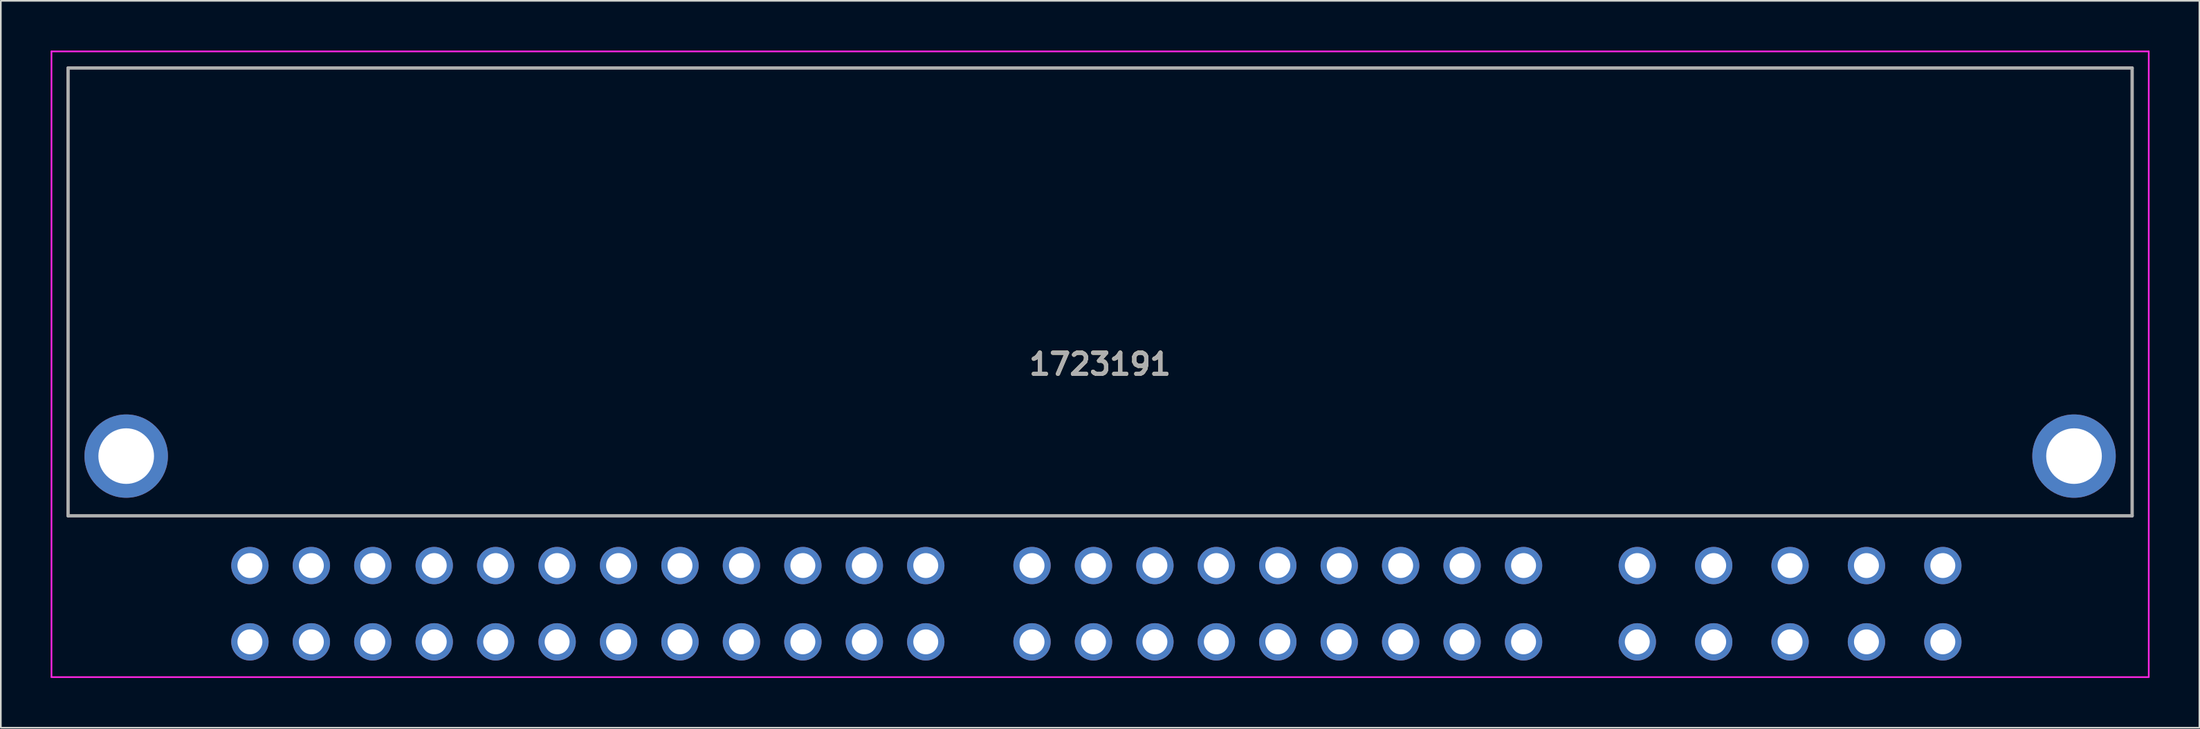
<source format=kicad_pcb>
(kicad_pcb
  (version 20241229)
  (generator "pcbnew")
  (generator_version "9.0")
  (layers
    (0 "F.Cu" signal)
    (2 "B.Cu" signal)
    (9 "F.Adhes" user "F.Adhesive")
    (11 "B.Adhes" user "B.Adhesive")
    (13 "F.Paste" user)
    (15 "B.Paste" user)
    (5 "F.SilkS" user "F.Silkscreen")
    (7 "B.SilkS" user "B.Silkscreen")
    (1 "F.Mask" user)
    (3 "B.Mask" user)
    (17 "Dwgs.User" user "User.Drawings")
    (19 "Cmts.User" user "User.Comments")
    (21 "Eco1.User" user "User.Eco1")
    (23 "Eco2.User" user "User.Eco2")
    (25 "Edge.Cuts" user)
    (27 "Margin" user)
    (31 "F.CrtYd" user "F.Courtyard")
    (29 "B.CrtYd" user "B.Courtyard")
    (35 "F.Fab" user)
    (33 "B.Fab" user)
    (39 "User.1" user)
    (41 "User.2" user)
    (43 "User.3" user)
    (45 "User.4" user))
  (footprint "1723191"
    (layer "F.Cu")
    (at 12 35.65)
    (property "Reference" "1723191" (at 51.2 -16.737 0) (layer "F.SilkS") (effects (font (size 1.27 1.27) (thickness 0.254))))
    (attr through_hole)
    (fp_line (start -10.95 -34.6) (end 113.35 -34.6) (stroke (width 0.1) (type solid)) (layer "F.SilkS"))
    (fp_line (start -10.95 -7.6) (end -10.95 -34.6) (stroke (width 0.1) (type solid)) (layer "F.SilkS"))
    (fp_line (start 113.35 -34.6) (end 113.35 -7.6) (stroke (width 0.1) (type solid)) (layer "F.SilkS"))
    (fp_line (start 113.35 -7.6) (end -10.95 -7.6) (stroke (width 0.1) (type solid)) (layer "F.SilkS"))
    (fp_line (start -11.95 -35.6) (end 114.35 -35.6) (stroke (width 0.1) (type solid)) (layer "F.CrtYd"))
    (fp_line (start -11.95 2.125) (end -11.95 -35.6) (stroke (width 0.1) (type solid)) (layer "F.CrtYd"))
    (fp_line (start 114.35 -35.6) (end 114.35 2.125) (stroke (width 0.1) (type solid)) (layer "F.CrtYd"))
    (fp_line (start 114.35 2.125) (end -11.95 2.125) (stroke (width 0.1) (type solid)) (layer "F.CrtYd"))
    (fp_line (start -10.95 -34.6) (end 113.35 -34.6) (stroke (width 0.2) (type solid)) (layer "F.Fab"))
    (fp_line (start -10.95 -7.6) (end -10.95 -34.6) (stroke (width 0.2) (type solid)) (layer "F.Fab"))
    (fp_line (start 113.35 -34.6) (end 113.35 -7.6) (stroke (width 0.2) (type solid)) (layer "F.Fab"))
    (fp_line (start 113.35 -7.6) (end -10.95 -7.6) (stroke (width 0.2) (type solid)) (layer "F.Fab"))
    (fp_text user "${REFERENCE}" (at 51.2 -16.737 0) (layer "F.Fab") (effects (font (size 1.27 1.27) (thickness 0.254))))
    (pad "1" thru_hole circle (at 0 0) (size 2.25 2.25) (drill 1.5) (layers "*.Cu" "*.Mask"))
    (pad "2" thru_hole circle (at 0 -4.6) (size 2.25 2.25) (drill 1.5) (layers "*.Cu" "*.Mask"))
    (pad "3" thru_hole circle (at 3.7 0) (size 2.25 2.25) (drill 1.5) (layers "*.Cu" "*.Mask"))
    (pad "4" thru_hole circle (at 3.7 -4.6) (size 2.25 2.25) (drill 1.5) (layers "*.Cu" "*.Mask"))
    (pad "5" thru_hole circle (at 7.4 0) (size 2.25 2.25) (drill 1.5) (layers "*.Cu" "*.Mask"))
    (pad "6" thru_hole circle (at 7.4 -4.6) (size 2.25 2.25) (drill 1.5) (layers "*.Cu" "*.Mask"))
    (pad "7" thru_hole circle (at 11.1 0) (size 2.25 2.25) (drill 1.5) (layers "*.Cu" "*.Mask"))
    (pad "8" thru_hole circle (at 11.1 -4.6) (size 2.25 2.25) (drill 1.5) (layers "*.Cu" "*.Mask"))
    (pad "9" thru_hole circle (at 14.8 0) (size 2.25 2.25) (drill 1.5) (layers "*.Cu" "*.Mask"))
    (pad "10" thru_hole circle (at 14.8 -4.6) (size 2.25 2.25) (drill 1.5) (layers "*.Cu" "*.Mask"))
    (pad "11" thru_hole circle (at 18.5 0) (size 2.25 2.25) (drill 1.5) (layers "*.Cu" "*.Mask"))
    (pad "12" thru_hole circle (at 18.5 -4.6) (size 2.25 2.25) (drill 1.5) (layers "*.Cu" "*.Mask"))
    (pad "13" thru_hole circle (at 22.2 0) (size 2.25 2.25) (drill 1.5) (layers "*.Cu" "*.Mask"))
    (pad "14" thru_hole circle (at 22.2 -4.6) (size 2.25 2.25) (drill 1.5) (layers "*.Cu" "*.Mask"))
    (pad "15" thru_hole circle (at 25.9 0) (size 2.25 2.25) (drill 1.5) (layers "*.Cu" "*.Mask"))
    (pad "16" thru_hole circle (at 25.9 -4.6) (size 2.25 2.25) (drill 1.5) (layers "*.Cu" "*.Mask"))
    (pad "17" thru_hole circle (at 29.6 0) (size 2.25 2.25) (drill 1.5) (layers "*.Cu" "*.Mask"))
    (pad "18" thru_hole circle (at 29.6 -4.6) (size 2.25 2.25) (drill 1.5) (layers "*.Cu" "*.Mask"))
    (pad "19" thru_hole circle (at 33.3 0) (size 2.25 2.25) (drill 1.5) (layers "*.Cu" "*.Mask"))
    (pad "20" thru_hole circle (at 33.3 -4.6) (size 2.25 2.25) (drill 1.5) (layers "*.Cu" "*.Mask"))
    (pad "21" thru_hole circle (at 37 0) (size 2.25 2.25) (drill 1.5) (layers "*.Cu" "*.Mask"))
    (pad "22" thru_hole circle (at 37 -4.6) (size 2.25 2.25) (drill 1.5) (layers "*.Cu" "*.Mask"))
    (pad "23" thru_hole circle (at 40.7 0) (size 2.25 2.25) (drill 1.5) (layers "*.Cu" "*.Mask"))
    (pad "24" thru_hole circle (at 40.7 -4.6) (size 2.25 2.25) (drill 1.5) (layers "*.Cu" "*.Mask"))
    (pad "25" thru_hole circle (at 47.1 0) (size 2.25 2.25) (drill 1.5) (layers "*.Cu" "*.Mask"))
    (pad "26" thru_hole circle (at 47.1 -4.6) (size 2.25 2.25) (drill 1.5) (layers "*.Cu" "*.Mask"))
    (pad "27" thru_hole circle (at 50.8 0) (size 2.25 2.25) (drill 1.5) (layers "*.Cu" "*.Mask"))
    (pad "28" thru_hole circle (at 50.8 -4.6) (size 2.25 2.25) (drill 1.5) (layers "*.Cu" "*.Mask"))
    (pad "29" thru_hole circle (at 54.5 0) (size 2.25 2.25) (drill 1.5) (layers "*.Cu" "*.Mask"))
    (pad "30" thru_hole circle (at 54.5 -4.6) (size 2.25 2.25) (drill 1.5) (layers "*.Cu" "*.Mask"))
    (pad "31" thru_hole circle (at 58.2 0) (size 2.25 2.25) (drill 1.5) (layers "*.Cu" "*.Mask"))
    (pad "32" thru_hole circle (at 58.2 -4.6) (size 2.25 2.25) (drill 1.5) (layers "*.Cu" "*.Mask"))
    (pad "33" thru_hole circle (at 61.9 0) (size 2.25 2.25) (drill 1.5) (layers "*.Cu" "*.Mask"))
    (pad "34" thru_hole circle (at 61.9 -4.6) (size 2.25 2.25) (drill 1.5) (layers "*.Cu" "*.Mask"))
    (pad "35" thru_hole circle (at 65.6 0) (size 2.25 2.25) (drill 1.5) (layers "*.Cu" "*.Mask"))
    (pad "36" thru_hole circle (at 65.6 -4.6) (size 2.25 2.25) (drill 1.5) (layers "*.Cu" "*.Mask"))
    (pad "37" thru_hole circle (at 69.3 0) (size 2.25 2.25) (drill 1.5) (layers "*.Cu" "*.Mask"))
    (pad "38" thru_hole circle (at 69.3 -4.6) (size 2.25 2.25) (drill 1.5) (layers "*.Cu" "*.Mask"))
    (pad "39" thru_hole circle (at 73 0) (size 2.25 2.25) (drill 1.5) (layers "*.Cu" "*.Mask"))
    (pad "40" thru_hole circle (at 73 -4.6) (size 2.25 2.25) (drill 1.5) (layers "*.Cu" "*.Mask"))
    (pad "41" thru_hole circle (at 76.7 0) (size 2.25 2.25) (drill 1.5) (layers "*.Cu" "*.Mask"))
    (pad "42" thru_hole circle (at 76.7 -4.6) (size 2.25 2.25) (drill 1.5) (layers "*.Cu" "*.Mask"))
    (pad "43" thru_hole circle (at 83.55 0) (size 2.25 2.25) (drill 1.5) (layers "*.Cu" "*.Mask"))
    (pad "44" thru_hole circle (at 83.55 -4.6) (size 2.25 2.25) (drill 1.5) (layers "*.Cu" "*.Mask"))
    (pad "45" thru_hole circle (at 88.15 0) (size 2.25 2.25) (drill 1.5) (layers "*.Cu" "*.Mask"))
    (pad "46" thru_hole circle (at 88.15 -4.6) (size 2.25 2.25) (drill 1.5) (layers "*.Cu" "*.Mask"))
    (pad "47" thru_hole circle (at 92.75 0) (size 2.25 2.25) (drill 1.5) (layers "*.Cu" "*.Mask"))
    (pad "48" thru_hole circle (at 92.75 -4.6) (size 2.25 2.25) (drill 1.5) (layers "*.Cu" "*.Mask"))
    (pad "49" thru_hole circle (at 97.35 0) (size 2.25 2.25) (drill 1.5) (layers "*.Cu" "*.Mask"))
    (pad "50" thru_hole circle (at 97.35 -4.6) (size 2.25 2.25) (drill 1.5) (layers "*.Cu" "*.Mask"))
    (pad "51" thru_hole circle (at 101.95 0) (size 2.25 2.25) (drill 1.5) (layers "*.Cu" "*.Mask"))
    (pad "52" thru_hole circle (at 101.95 -4.6) (size 2.25 2.25) (drill 1.5) (layers "*.Cu" "*.Mask"))
    (pad "MH1" thru_hole circle (at -7.45 -11.2) (size 5.025 5.025) (drill 3.35) (layers "*.Cu" "*.Mask"))
    (pad "MH2" thru_hole circle (at 109.85 -11.2) (size 5.025 5.025) (drill 3.35) (layers "*.Cu" "*.Mask")))
  (gr_rect
    (start -3 -3)
    (end 129.4 40.825)
    (stroke (width 0.1) (type default))
    (fill no)
    (layer "Edge.Cuts")))
</source>
